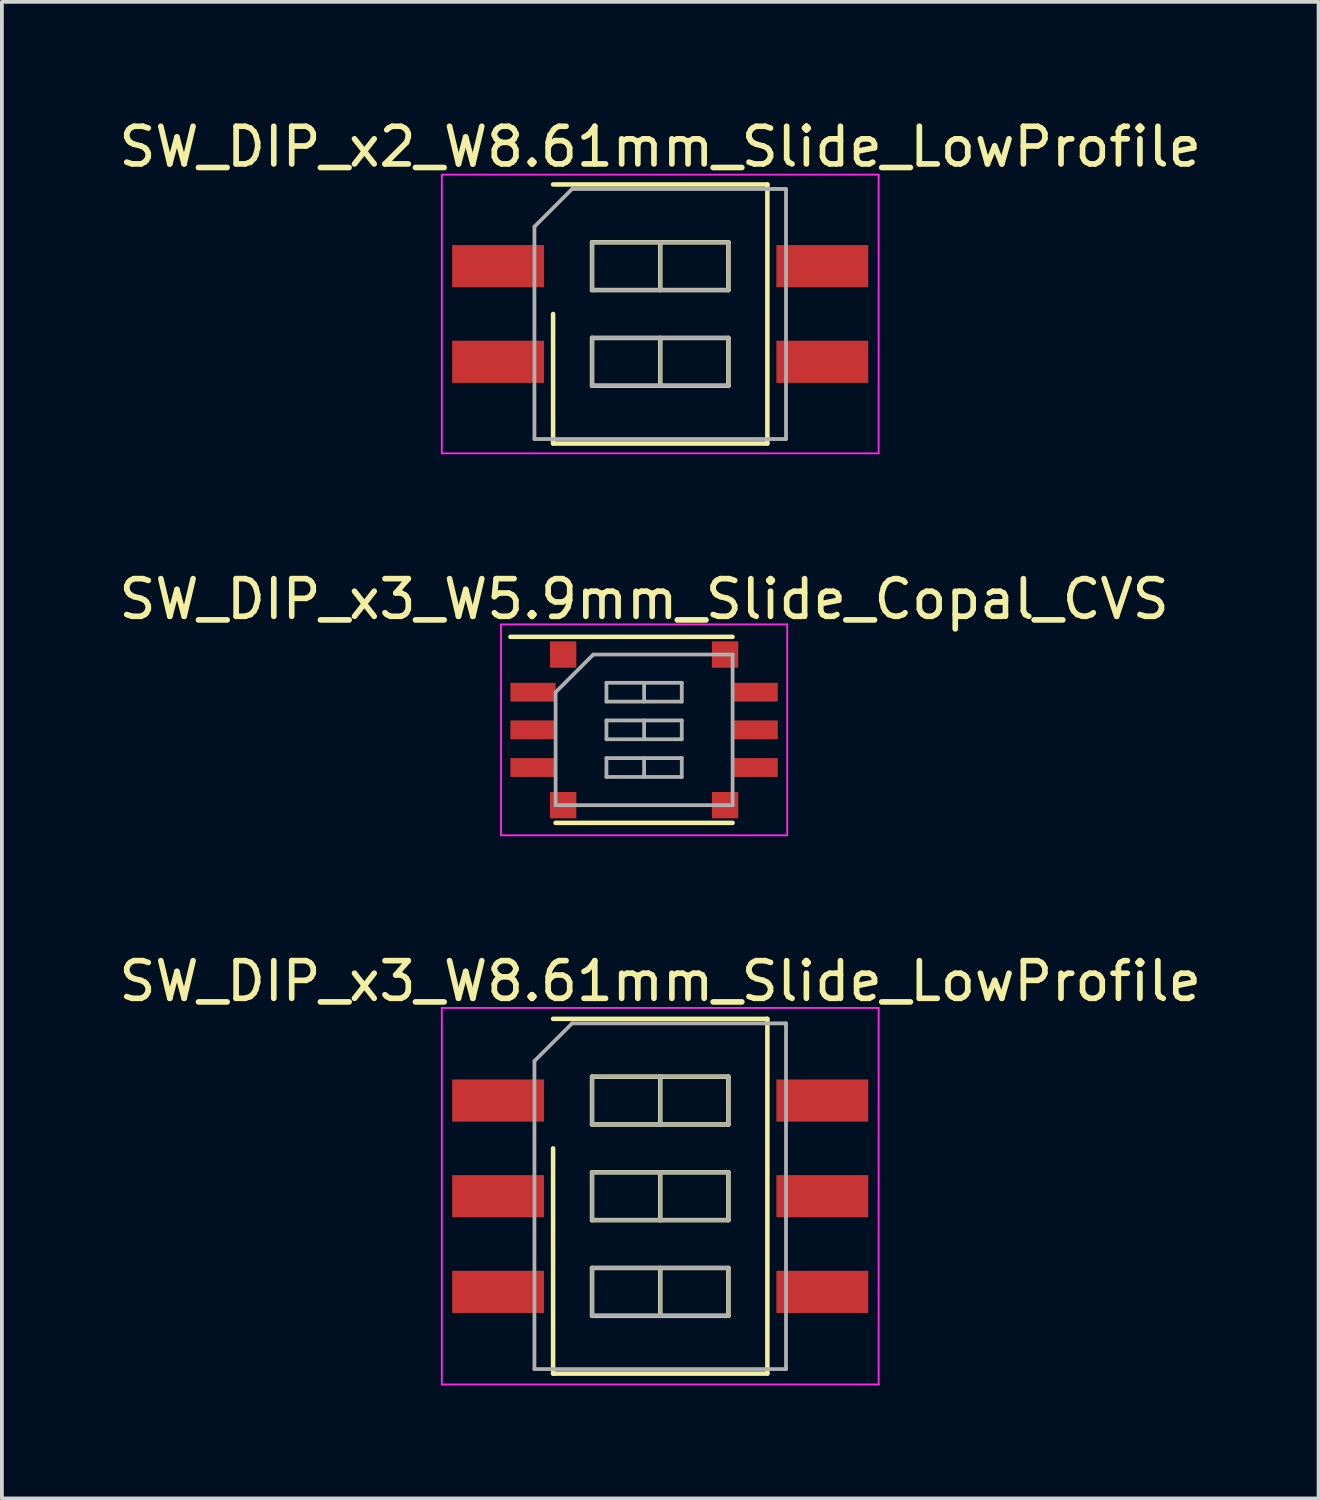
<source format=kicad_pcb>
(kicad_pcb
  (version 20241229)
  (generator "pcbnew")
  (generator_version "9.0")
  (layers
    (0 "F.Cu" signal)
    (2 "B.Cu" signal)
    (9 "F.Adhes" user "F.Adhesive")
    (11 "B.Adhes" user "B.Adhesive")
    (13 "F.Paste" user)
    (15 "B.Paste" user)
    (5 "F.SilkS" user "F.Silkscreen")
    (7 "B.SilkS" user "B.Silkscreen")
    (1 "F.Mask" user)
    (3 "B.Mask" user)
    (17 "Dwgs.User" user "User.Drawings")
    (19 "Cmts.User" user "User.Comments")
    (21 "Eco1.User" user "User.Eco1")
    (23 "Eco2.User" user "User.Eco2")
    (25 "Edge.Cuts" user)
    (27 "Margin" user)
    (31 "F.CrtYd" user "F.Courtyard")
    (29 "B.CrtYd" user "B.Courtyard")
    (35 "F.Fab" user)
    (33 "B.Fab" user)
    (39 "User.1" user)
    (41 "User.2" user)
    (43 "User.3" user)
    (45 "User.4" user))
  (footprint "SW_DIP_x3_W5.9mm_Slide_Copal_CVS"
    (layer "F.Cu")
    (at 14.054 16.331)
    (property "Reference" "SW_DIP_x3_W5.9mm_Slide_Copal_CVS" (at 0 -3.47 0) (layer "F.SilkS") (effects (font (size 1 1) (thickness 0.15))))
    (attr smd)
    (fp_line (start -3.55 -2.47) (end 2.35 -2.47) (stroke (width 0.12) (type solid)) (layer "F.SilkS"))
    (fp_line (start -2.35 2.47) (end 2.35 2.47) (stroke (width 0.12) (type solid)) (layer "F.SilkS"))
    (fp_line (start -3.8 -2.8) (end -3.8 2.8) (stroke (width 0.05) (type solid)) (layer "F.CrtYd"))
    (fp_line (start -3.8 2.8) (end 3.8 2.8) (stroke (width 0.05) (type solid)) (layer "F.CrtYd"))
    (fp_line (start 3.8 -2.8) (end -3.8 -2.8) (stroke (width 0.05) (type solid)) (layer "F.CrtYd"))
    (fp_line (start 3.8 2.8) (end 3.8 -2.8) (stroke (width 0.05) (type solid)) (layer "F.CrtYd"))
    (fp_line (start -2.35 -1) (end -1.35 -2) (stroke (width 0.1) (type solid)) (layer "F.Fab"))
    (fp_line (start -2.35 2) (end -2.35 -1) (stroke (width 0.1) (type solid)) (layer "F.Fab"))
    (fp_line (start -1.35 -2) (end 2.35 -2) (stroke (width 0.1) (type solid)) (layer "F.Fab"))
    (fp_line (start -1 -1.25) (end -1 -0.75) (stroke (width 0.1) (type solid)) (layer "F.Fab"))
    (fp_line (start -1 -0.75) (end 1 -0.75) (stroke (width 0.1) (type solid)) (layer "F.Fab"))
    (fp_line (start -1 -0.25) (end -1 0.25) (stroke (width 0.1) (type solid)) (layer "F.Fab"))
    (fp_line (start -1 0.25) (end 1 0.25) (stroke (width 0.1) (type solid)) (layer "F.Fab"))
    (fp_line (start -1 0.75) (end -1 1.25) (stroke (width 0.1) (type solid)) (layer "F.Fab"))
    (fp_line (start -1 1.25) (end 1 1.25) (stroke (width 0.1) (type solid)) (layer "F.Fab"))
    (fp_line (start 0 -1.25) (end 0 -0.75) (stroke (width 0.1) (type solid)) (layer "F.Fab"))
    (fp_line (start 0 -0.25) (end 0 0.25) (stroke (width 0.1) (type solid)) (layer "F.Fab"))
    (fp_line (start 0 0.75) (end 0 1.25) (stroke (width 0.1) (type solid)) (layer "F.Fab"))
    (fp_line (start 1 -1.25) (end -1 -1.25) (stroke (width 0.1) (type solid)) (layer "F.Fab"))
    (fp_line (start 1 -0.75) (end 1 -1.25) (stroke (width 0.1) (type solid)) (layer "F.Fab"))
    (fp_line (start 1 -0.25) (end -1 -0.25) (stroke (width 0.1) (type solid)) (layer "F.Fab"))
    (fp_line (start 1 0.25) (end 1 -0.25) (stroke (width 0.1) (type solid)) (layer "F.Fab"))
    (fp_line (start 1 0.75) (end -1 0.75) (stroke (width 0.1) (type solid)) (layer "F.Fab"))
    (fp_line (start 1 1.25) (end 1 0.75) (stroke (width 0.1) (type solid)) (layer "F.Fab"))
    (fp_line (start 2.35 -2) (end 2.35 2) (stroke (width 0.1) (type solid)) (layer "F.Fab"))
    (fp_line (start 2.35 2) (end -2.35 2) (stroke (width 0.1) (type solid)) (layer "F.Fab"))
    (pad "1" smd rect (at -2.95 -1) (size 1.2 0.5) (layers "F.Cu" "F.Mask"))
    (pad "2" smd rect (at -2.95 0) (size 1.2 0.5) (layers "F.Cu" "F.Mask"))
    (pad "3" smd rect (at -2.95 1) (size 1.2 0.5) (layers "F.Cu" "F.Mask"))
    (pad "4" smd rect (at 2.95 1) (size 1.2 0.5) (layers "F.Cu" "F.Mask"))
    (pad "5" smd rect (at 2.95 0) (size 1.2 0.5) (layers "F.Cu" "F.Mask"))
    (pad "6" smd rect (at 2.95 -1) (size 1.2 0.5) (layers "F.Cu" "F.Mask"))
    (pad "7" smd rect (at -2.15 -2) (size 0.7 0.7) (layers "F.Cu" "F.Mask"))
    (pad "7" smd rect (at -2.15 2) (size 0.7 0.7) (layers "F.Cu" "F.Mask"))
    (pad "7" smd rect (at 2.15 -2) (size 0.7 0.7) (layers "F.Cu" "F.Mask"))
    (pad "7" smd rect (at 2.15 2) (size 0.7 0.7) (layers "F.Cu" "F.Mask")))
  (footprint "SW_DIP_x2_W8.61mm_Slide_LowProfile"
    (layer "F.Cu")
    (at 14.482 5.288)
    (property "Reference" "SW_DIP_x2_W8.61mm_Slide_LowProfile" (at 0 -4.44 0) (layer "F.SilkS") (effects (font (size 1 1) (thickness 0.15))))
    (attr smd)
    (fp_line (start -2.845 -3.44) (end 2.845 -3.44) (stroke (width 0.12) (type solid)) (layer "F.SilkS"))
    (fp_line (start -2.845 3.44) (end -2.845 0) (stroke (width 0.12) (type solid)) (layer "F.SilkS"))
    (fp_line (start -1.81 -1.905) (end -1.81 -0.635) (stroke (width 0.12) (type solid)) (layer "F.SilkS"))
    (fp_line (start -1.81 -0.635) (end 1.81 -0.635) (stroke (width 0.12) (type solid)) (layer "F.SilkS"))
    (fp_line (start -1.81 0.635) (end -1.81 1.905) (stroke (width 0.12) (type solid)) (layer "F.SilkS"))
    (fp_line (start -1.81 1.905) (end 1.81 1.905) (stroke (width 0.12) (type solid)) (layer "F.SilkS"))
    (fp_line (start 0 -1.905) (end 0 -0.635) (stroke (width 0.12) (type solid)) (layer "F.SilkS"))
    (fp_line (start 0 0.635) (end 0 1.905) (stroke (width 0.12) (type solid)) (layer "F.SilkS"))
    (fp_line (start 1.81 -1.905) (end -1.81 -1.905) (stroke (width 0.12) (type solid)) (layer "F.SilkS"))
    (fp_line (start 1.81 -0.635) (end 1.81 -1.905) (stroke (width 0.12) (type solid)) (layer "F.SilkS"))
    (fp_line (start 1.81 0.635) (end -1.81 0.635) (stroke (width 0.12) (type solid)) (layer "F.SilkS"))
    (fp_line (start 1.81 1.905) (end 1.81 0.635) (stroke (width 0.12) (type solid)) (layer "F.SilkS"))
    (fp_line (start 2.845 -3.44) (end 2.845 3.44) (stroke (width 0.12) (type solid)) (layer "F.SilkS"))
    (fp_line (start 2.845 3.44) (end -2.845 3.44) (stroke (width 0.12) (type solid)) (layer "F.SilkS"))
    (fp_line (start -5.8 -3.7) (end -5.8 3.7) (stroke (width 0.05) (type solid)) (layer "F.CrtYd"))
    (fp_line (start -5.8 3.7) (end 5.8 3.7) (stroke (width 0.05) (type solid)) (layer "F.CrtYd"))
    (fp_line (start 5.8 -3.7) (end -5.8 -3.7) (stroke (width 0.05) (type solid)) (layer "F.CrtYd"))
    (fp_line (start 5.8 3.7) (end 5.8 -3.7) (stroke (width 0.05) (type solid)) (layer "F.CrtYd"))
    (fp_line (start -3.34 -2.32) (end -2.34 -3.32) (stroke (width 0.1) (type solid)) (layer "F.Fab"))
    (fp_line (start -3.34 3.32) (end -3.34 -2.32) (stroke (width 0.1) (type solid)) (layer "F.Fab"))
    (fp_line (start -2.34 -3.32) (end 3.34 -3.32) (stroke (width 0.1) (type solid)) (layer "F.Fab"))
    (fp_line (start -1.81 -1.905) (end -1.81 -0.635) (stroke (width 0.1) (type solid)) (layer "F.Fab"))
    (fp_line (start -1.81 -0.635) (end 1.81 -0.635) (stroke (width 0.1) (type solid)) (layer "F.Fab"))
    (fp_line (start -1.81 0.635) (end -1.81 1.905) (stroke (width 0.1) (type solid)) (layer "F.Fab"))
    (fp_line (start -1.81 1.905) (end 1.81 1.905) (stroke (width 0.1) (type solid)) (layer "F.Fab"))
    (fp_line (start 0 -1.905) (end 0 -0.635) (stroke (width 0.1) (type solid)) (layer "F.Fab"))
    (fp_line (start 0 0.635) (end 0 1.905) (stroke (width 0.1) (type solid)) (layer "F.Fab"))
    (fp_line (start 1.81 -1.905) (end -1.81 -1.905) (stroke (width 0.1) (type solid)) (layer "F.Fab"))
    (fp_line (start 1.81 -0.635) (end 1.81 -1.905) (stroke (width 0.1) (type solid)) (layer "F.Fab"))
    (fp_line (start 1.81 0.635) (end -1.81 0.635) (stroke (width 0.1) (type solid)) (layer "F.Fab"))
    (fp_line (start 1.81 1.905) (end 1.81 0.635) (stroke (width 0.1) (type solid)) (layer "F.Fab"))
    (fp_line (start 3.34 -3.32) (end 3.34 3.32) (stroke (width 0.1) (type solid)) (layer "F.Fab"))
    (fp_line (start 3.34 3.32) (end -3.34 3.32) (stroke (width 0.1) (type solid)) (layer "F.Fab"))
    (pad "1" smd rect (at -4.305 -1.27) (size 2.44 1.12) (layers "F.Cu" "F.Mask"))
    (pad "2" smd rect (at -4.305 1.27) (size 2.44 1.12) (layers "F.Cu" "F.Mask"))
    (pad "3" smd rect (at 4.305 1.27) (size 2.44 1.12) (layers "F.Cu" "F.Mask"))
    (pad "4" smd rect (at 4.305 -1.27) (size 2.44 1.12) (layers "F.Cu" "F.Mask")))
  (footprint "SW_DIP_x3_W8.61mm_Slide_LowProfile"
    (layer "F.Cu")
    (at 14.482 28.715)
    (property "Reference" "SW_DIP_x3_W8.61mm_Slide_LowProfile" (at 0 -5.71 0) (layer "F.SilkS") (effects (font (size 1 1) (thickness 0.15))))
    (attr smd)
    (fp_line (start -2.845 -4.71) (end 2.845 -4.71) (stroke (width 0.12) (type solid)) (layer "F.SilkS"))
    (fp_line (start -2.845 4.71) (end -2.845 -1.27) (stroke (width 0.12) (type solid)) (layer "F.SilkS"))
    (fp_line (start -1.81 -3.175) (end -1.81 -1.905) (stroke (width 0.12) (type solid)) (layer "F.SilkS"))
    (fp_line (start -1.81 -1.905) (end 1.81 -1.905) (stroke (width 0.12) (type solid)) (layer "F.SilkS"))
    (fp_line (start -1.81 -0.635) (end -1.81 0.635) (stroke (width 0.12) (type solid)) (layer "F.SilkS"))
    (fp_line (start -1.81 0.635) (end 1.81 0.635) (stroke (width 0.12) (type solid)) (layer "F.SilkS"))
    (fp_line (start -1.81 1.905) (end -1.81 3.175) (stroke (width 0.12) (type solid)) (layer "F.SilkS"))
    (fp_line (start -1.81 3.175) (end 1.81 3.175) (stroke (width 0.12) (type solid)) (layer "F.SilkS"))
    (fp_line (start 0 -3.175) (end 0 -1.905) (stroke (width 0.12) (type solid)) (layer "F.SilkS"))
    (fp_line (start 0 -0.635) (end 0 0.635) (stroke (width 0.12) (type solid)) (layer "F.SilkS"))
    (fp_line (start 0 1.905) (end 0 3.175) (stroke (width 0.12) (type solid)) (layer "F.SilkS"))
    (fp_line (start 1.81 -3.175) (end -1.81 -3.175) (stroke (width 0.12) (type solid)) (layer "F.SilkS"))
    (fp_line (start 1.81 -1.905) (end 1.81 -3.175) (stroke (width 0.12) (type solid)) (layer "F.SilkS"))
    (fp_line (start 1.81 -0.635) (end -1.81 -0.635) (stroke (width 0.12) (type solid)) (layer "F.SilkS"))
    (fp_line (start 1.81 0.635) (end 1.81 -0.635) (stroke (width 0.12) (type solid)) (layer "F.SilkS"))
    (fp_line (start 1.81 1.905) (end -1.81 1.905) (stroke (width 0.12) (type solid)) (layer "F.SilkS"))
    (fp_line (start 1.81 3.175) (end 1.81 1.905) (stroke (width 0.12) (type solid)) (layer "F.SilkS"))
    (fp_line (start 2.845 -4.71) (end 2.845 4.71) (stroke (width 0.12) (type solid)) (layer "F.SilkS"))
    (fp_line (start 2.845 4.71) (end -2.845 4.71) (stroke (width 0.12) (type solid)) (layer "F.SilkS"))
    (fp_line (start -5.8 -5) (end -5.8 5) (stroke (width 0.05) (type solid)) (layer "F.CrtYd"))
    (fp_line (start -5.8 5) (end 5.8 5) (stroke (width 0.05) (type solid)) (layer "F.CrtYd"))
    (fp_line (start 5.8 -5) (end -5.8 -5) (stroke (width 0.05) (type solid)) (layer "F.CrtYd"))
    (fp_line (start 5.8 5) (end 5.8 -5) (stroke (width 0.05) (type solid)) (layer "F.CrtYd"))
    (fp_line (start -3.34 -3.59) (end -2.34 -4.59) (stroke (width 0.1) (type solid)) (layer "F.Fab"))
    (fp_line (start -3.34 4.59) (end -3.34 -3.59) (stroke (width 0.1) (type solid)) (layer "F.Fab"))
    (fp_line (start -2.34 -4.59) (end 3.34 -4.59) (stroke (width 0.1) (type solid)) (layer "F.Fab"))
    (fp_line (start -1.81 -3.175) (end -1.81 -1.905) (stroke (width 0.1) (type solid)) (layer "F.Fab"))
    (fp_line (start -1.81 -1.905) (end 1.81 -1.905) (stroke (width 0.1) (type solid)) (layer "F.Fab"))
    (fp_line (start -1.81 -0.635) (end -1.81 0.635) (stroke (width 0.1) (type solid)) (layer "F.Fab"))
    (fp_line (start -1.81 0.635) (end 1.81 0.635) (stroke (width 0.1) (type solid)) (layer "F.Fab"))
    (fp_line (start -1.81 1.905) (end -1.81 3.175) (stroke (width 0.1) (type solid)) (layer "F.Fab"))
    (fp_line (start -1.81 3.175) (end 1.81 3.175) (stroke (width 0.1) (type solid)) (layer "F.Fab"))
    (fp_line (start 0 -3.175) (end 0 -1.905) (stroke (width 0.1) (type solid)) (layer "F.Fab"))
    (fp_line (start 0 -0.635) (end 0 0.635) (stroke (width 0.1) (type solid)) (layer "F.Fab"))
    (fp_line (start 0 1.905) (end 0 3.175) (stroke (width 0.1) (type solid)) (layer "F.Fab"))
    (fp_line (start 1.81 -3.175) (end -1.81 -3.175) (stroke (width 0.1) (type solid)) (layer "F.Fab"))
    (fp_line (start 1.81 -1.905) (end 1.81 -3.175) (stroke (width 0.1) (type solid)) (layer "F.Fab"))
    (fp_line (start 1.81 -0.635) (end -1.81 -0.635) (stroke (width 0.1) (type solid)) (layer "F.Fab"))
    (fp_line (start 1.81 0.635) (end 1.81 -0.635) (stroke (width 0.1) (type solid)) (layer "F.Fab"))
    (fp_line (start 1.81 1.905) (end -1.81 1.905) (stroke (width 0.1) (type solid)) (layer "F.Fab"))
    (fp_line (start 1.81 3.175) (end 1.81 1.905) (stroke (width 0.1) (type solid)) (layer "F.Fab"))
    (fp_line (start 3.34 -4.59) (end 3.34 4.59) (stroke (width 0.1) (type solid)) (layer "F.Fab"))
    (fp_line (start 3.34 4.59) (end -3.34 4.59) (stroke (width 0.1) (type solid)) (layer "F.Fab"))
    (pad "1" smd rect (at -4.305 -2.54) (size 2.44 1.12) (layers "F.Cu" "F.Mask"))
    (pad "2" smd rect (at -4.305 0) (size 2.44 1.12) (layers "F.Cu" "F.Mask"))
    (pad "3" smd rect (at -4.305 2.54) (size 2.44 1.12) (layers "F.Cu" "F.Mask"))
    (pad "4" smd rect (at 4.305 2.54) (size 2.44 1.12) (layers "F.Cu" "F.Mask"))
    (pad "5" smd rect (at 4.305 0) (size 2.44 1.12) (layers "F.Cu" "F.Mask"))
    (pad "6" smd rect (at 4.305 -2.54) (size 2.44 1.12) (layers "F.Cu" "F.Mask")))
  (gr_rect
    (start -3 -3)
    (end 31.964 36.74)
    (stroke (width 0.1) (type default))
    (fill no)
    (layer "Edge.Cuts")))
</source>
